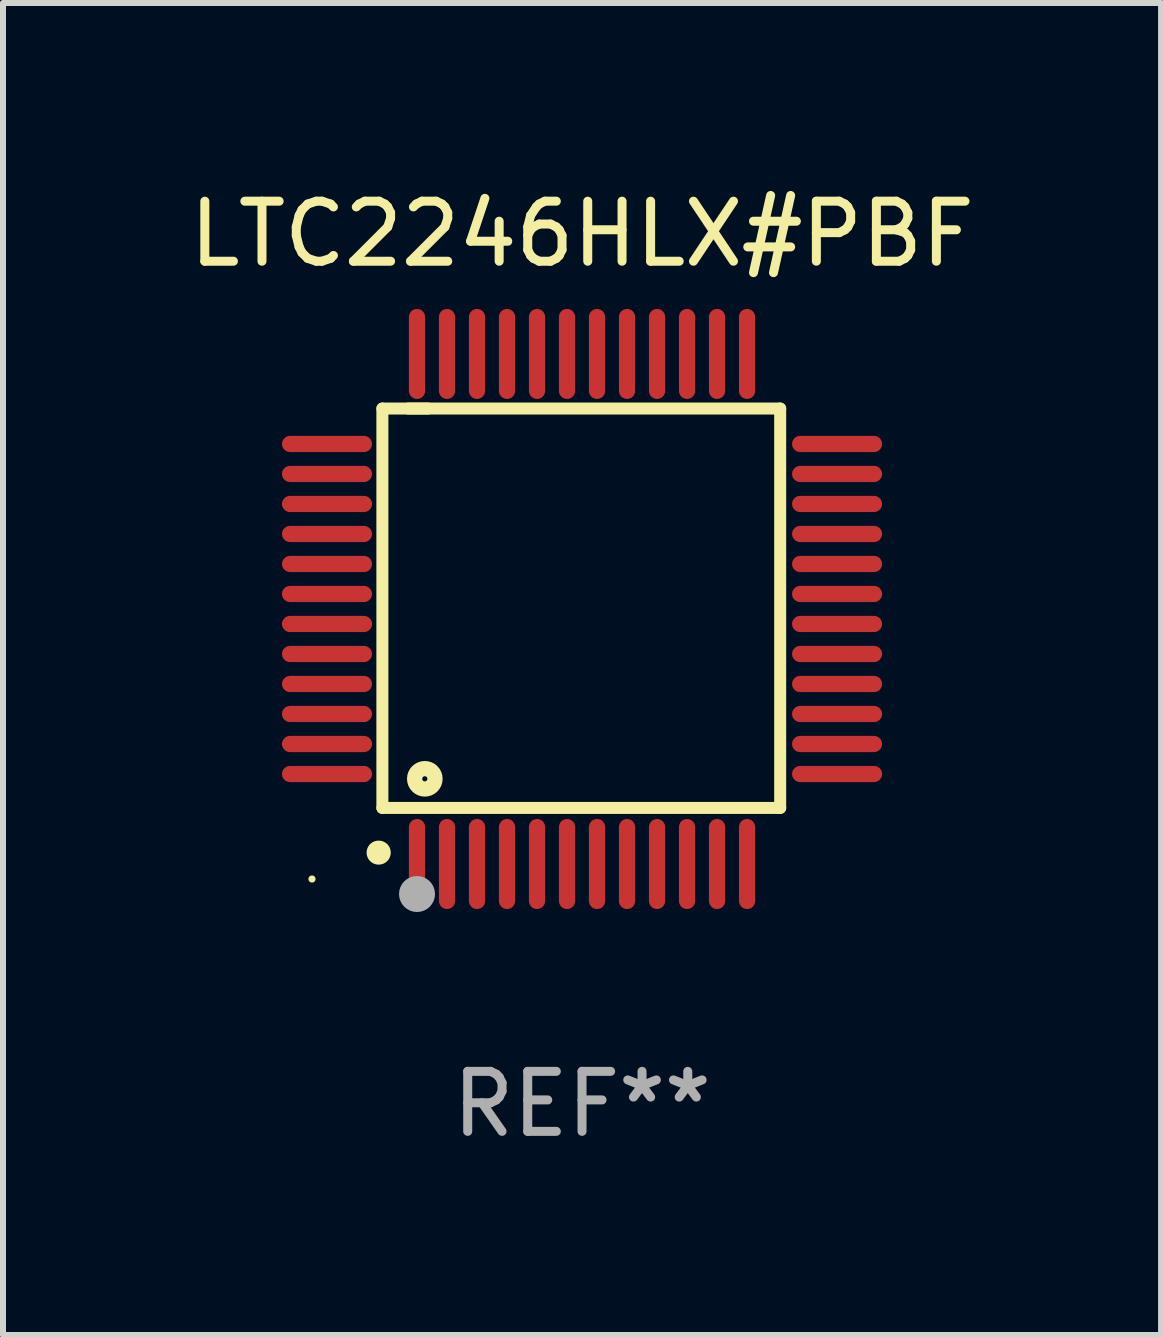
<source format=kicad_pcb>
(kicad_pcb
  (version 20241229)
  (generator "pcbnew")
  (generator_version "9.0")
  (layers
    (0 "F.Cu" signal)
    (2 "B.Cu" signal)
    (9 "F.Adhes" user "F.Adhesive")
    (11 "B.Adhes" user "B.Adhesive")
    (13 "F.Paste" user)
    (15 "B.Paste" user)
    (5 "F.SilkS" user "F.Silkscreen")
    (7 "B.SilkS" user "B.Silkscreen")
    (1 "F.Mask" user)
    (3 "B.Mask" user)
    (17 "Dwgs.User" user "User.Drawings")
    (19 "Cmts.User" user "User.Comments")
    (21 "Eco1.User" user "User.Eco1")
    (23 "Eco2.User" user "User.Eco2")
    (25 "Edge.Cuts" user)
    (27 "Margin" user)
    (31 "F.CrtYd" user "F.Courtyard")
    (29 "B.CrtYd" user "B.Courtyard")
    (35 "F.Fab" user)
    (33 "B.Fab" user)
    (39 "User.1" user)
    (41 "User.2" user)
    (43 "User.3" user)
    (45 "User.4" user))
  (footprint "LTC2246HLX#PBF"
    (layer "F.Cu")
    (at 6.649 7.098)
    (property "Reference" "LTC2246HLX#PBF" (at 0 -6.25 0) (layer "F.SilkS") (effects (font (size 1 1) (thickness 0.15))))
    (attr through_hole)
    (fp_line (start -3.327 -3.34) (end -2.565 -3.34) (stroke (width 0.2) (type solid)) (layer "F.SilkS"))
    (fp_line (start -3.327 3.315) (end -3.327 -3.34) (stroke (width 0.2) (type solid)) (layer "F.SilkS"))
    (fp_line (start -2.896 -3.34) (end 3.302 -3.34) (stroke (width 0.2) (type solid)) (layer "F.SilkS"))
    (fp_line (start 3.302 -3.34) (end 3.302 3.315) (stroke (width 0.2) (type solid)) (layer "F.SilkS"))
    (fp_line (start 3.302 3.315) (end -3.327 3.315) (stroke (width 0.2) (type solid)) (layer "F.SilkS"))
    (fp_arc (start -3.389992 4.059995) (mid -3.388722 4.059991) (end -3.387452 4.059995) (stroke (width 0.4) (type solid)) (layer "F.SilkS"))
    (fp_circle (center -4.5 4.5) (end -4.47 4.5) (stroke (width 0.06) (type solid)) (fill no) (layer "F.SilkS"))
    (fp_circle (center -2.62 2.83) (end -2.45 2.83) (stroke (width 0.254) (type solid)) (fill no) (layer "F.SilkS"))
    (fp_circle (center -2.75 4.75) (end -2.6 4.75) (stroke (width 0.3) (type solid)) (fill no) (layer "F.Fab"))
    (fp_text user "REF**" (at 0 8.25 0) (layer "F.Fab") (effects (font (size 1 1) (thickness 0.15))))
    (pad "1" smd oval (at -2.75 4.25) (size 0.27 1.5) (layers "F.Cu" "F.Mask" "F.Paste"))
    (pad "2" smd oval (at -2.25 4.25) (size 0.27 1.5) (layers "F.Cu" "F.Mask" "F.Paste"))
    (pad "3" smd oval (at -1.75 4.25) (size 0.27 1.5) (layers "F.Cu" "F.Mask" "F.Paste"))
    (pad "4" smd oval (at -1.25 4.25) (size 0.27 1.5) (layers "F.Cu" "F.Mask" "F.Paste"))
    (pad "5" smd oval (at -0.75 4.25) (size 0.27 1.5) (layers "F.Cu" "F.Mask" "F.Paste"))
    (pad "6" smd oval (at -0.25 4.25) (size 0.27 1.5) (layers "F.Cu" "F.Mask" "F.Paste"))
    (pad "7" smd oval (at 0.25 4.25) (size 0.27 1.5) (layers "F.Cu" "F.Mask" "F.Paste"))
    (pad "8" smd oval (at 0.75 4.25) (size 0.27 1.5) (layers "F.Cu" "F.Mask" "F.Paste"))
    (pad "9" smd oval (at 1.25 4.25) (size 0.27 1.5) (layers "F.Cu" "F.Mask" "F.Paste"))
    (pad "10" smd oval (at 1.75 4.25) (size 0.27 1.5) (layers "F.Cu" "F.Mask" "F.Paste"))
    (pad "11" smd oval (at 2.25 4.25) (size 0.27 1.5) (layers "F.Cu" "F.Mask" "F.Paste"))
    (pad "12" smd oval (at 2.75 4.25) (size 0.27 1.5) (layers "F.Cu" "F.Mask" "F.Paste"))
    (pad "13" smd oval (at 4.25 2.75) (size 1.5 0.27) (layers "F.Cu" "F.Mask" "F.Paste"))
    (pad "14" smd oval (at 4.25 2.25) (size 1.5 0.27) (layers "F.Cu" "F.Mask" "F.Paste"))
    (pad "15" smd oval (at 4.25 1.75) (size 1.5 0.27) (layers "F.Cu" "F.Mask" "F.Paste"))
    (pad "16" smd oval (at 4.25 1.25) (size 1.5 0.27) (layers "F.Cu" "F.Mask" "F.Paste"))
    (pad "17" smd oval (at 4.25 0.75) (size 1.5 0.27) (layers "F.Cu" "F.Mask" "F.Paste"))
    (pad "18" smd oval (at 4.25 0.25) (size 1.5 0.27) (layers "F.Cu" "F.Mask" "F.Paste"))
    (pad "19" smd oval (at 4.25 -0.25) (size 1.5 0.27) (layers "F.Cu" "F.Mask" "F.Paste"))
    (pad "20" smd oval (at 4.25 -0.75) (size 1.5 0.27) (layers "F.Cu" "F.Mask" "F.Paste"))
    (pad "21" smd oval (at 4.25 -1.25) (size 1.5 0.27) (layers "F.Cu" "F.Mask" "F.Paste"))
    (pad "22" smd oval (at 4.25 -1.75) (size 1.5 0.27) (layers "F.Cu" "F.Mask" "F.Paste"))
    (pad "23" smd oval (at 4.25 -2.25) (size 1.5 0.27) (layers "F.Cu" "F.Mask" "F.Paste"))
    (pad "24" smd oval (at 4.25 -2.75) (size 1.5 0.27) (layers "F.Cu" "F.Mask" "F.Paste"))
    (pad "25" smd oval (at 2.75 -4.25) (size 0.27 1.5) (layers "F.Cu" "F.Mask" "F.Paste"))
    (pad "26" smd oval (at 2.25 -4.25) (size 0.27 1.5) (layers "F.Cu" "F.Mask" "F.Paste"))
    (pad "27" smd oval (at 1.75 -4.25) (size 0.27 1.5) (layers "F.Cu" "F.Mask" "F.Paste"))
    (pad "28" smd oval (at 1.25 -4.25) (size 0.27 1.5) (layers "F.Cu" "F.Mask" "F.Paste"))
    (pad "29" smd oval (at 0.75 -4.25) (size 0.27 1.5) (layers "F.Cu" "F.Mask" "F.Paste"))
    (pad "30" smd oval (at 0.25 -4.25) (size 0.27 1.5) (layers "F.Cu" "F.Mask" "F.Paste"))
    (pad "31" smd oval (at -0.25 -4.25) (size 0.27 1.5) (layers "F.Cu" "F.Mask" "F.Paste"))
    (pad "32" smd oval (at -0.75 -4.25) (size 0.27 1.5) (layers "F.Cu" "F.Mask" "F.Paste"))
    (pad "33" smd oval (at -1.25 -4.25) (size 0.27 1.5) (layers "F.Cu" "F.Mask" "F.Paste"))
    (pad "34" smd oval (at -1.75 -4.25) (size 0.27 1.5) (layers "F.Cu" "F.Mask" "F.Paste"))
    (pad "35" smd oval (at -2.25 -4.25) (size 0.27 1.5) (layers "F.Cu" "F.Mask" "F.Paste"))
    (pad "36" smd oval (at -2.75 -4.25) (size 0.27 1.5) (layers "F.Cu" "F.Mask" "F.Paste"))
    (pad "37" smd oval (at -4.25 -2.75) (size 1.5 0.27) (layers "F.Cu" "F.Mask" "F.Paste"))
    (pad "38" smd oval (at -4.25 -2.25) (size 1.5 0.27) (layers "F.Cu" "F.Mask" "F.Paste"))
    (pad "39" smd oval (at -4.25 -1.75) (size 1.5 0.27) (layers "F.Cu" "F.Mask" "F.Paste"))
    (pad "40" smd oval (at -4.25 -1.25) (size 1.5 0.27) (layers "F.Cu" "F.Mask" "F.Paste"))
    (pad "41" smd oval (at -4.25 -0.75) (size 1.5 0.27) (layers "F.Cu" "F.Mask" "F.Paste"))
    (pad "42" smd oval (at -4.25 -0.25) (size 1.5 0.27) (layers "F.Cu" "F.Mask" "F.Paste"))
    (pad "43" smd oval (at -4.25 0.25) (size 1.5 0.27) (layers "F.Cu" "F.Mask" "F.Paste"))
    (pad "44" smd oval (at -4.25 0.75) (size 1.5 0.27) (layers "F.Cu" "F.Mask" "F.Paste"))
    (pad "45" smd oval (at -4.25 1.25) (size 1.5 0.27) (layers "F.Cu" "F.Mask" "F.Paste"))
    (pad "46" smd oval (at -4.25 1.75) (size 1.5 0.27) (layers "F.Cu" "F.Mask" "F.Paste"))
    (pad "47" smd oval (at -4.25 2.25) (size 1.5 0.27) (layers "F.Cu" "F.Mask" "F.Paste"))
    (pad "48" smd oval (at -4.25 2.75) (size 1.5 0.27) (layers "F.Cu" "F.Mask" "F.Paste")))
  (gr_rect
    (start -3 -3)
    (end 16.298 19.196)
    (stroke (width 0.1) (type default))
    (fill no)
    (layer "Edge.Cuts")))
</source>
